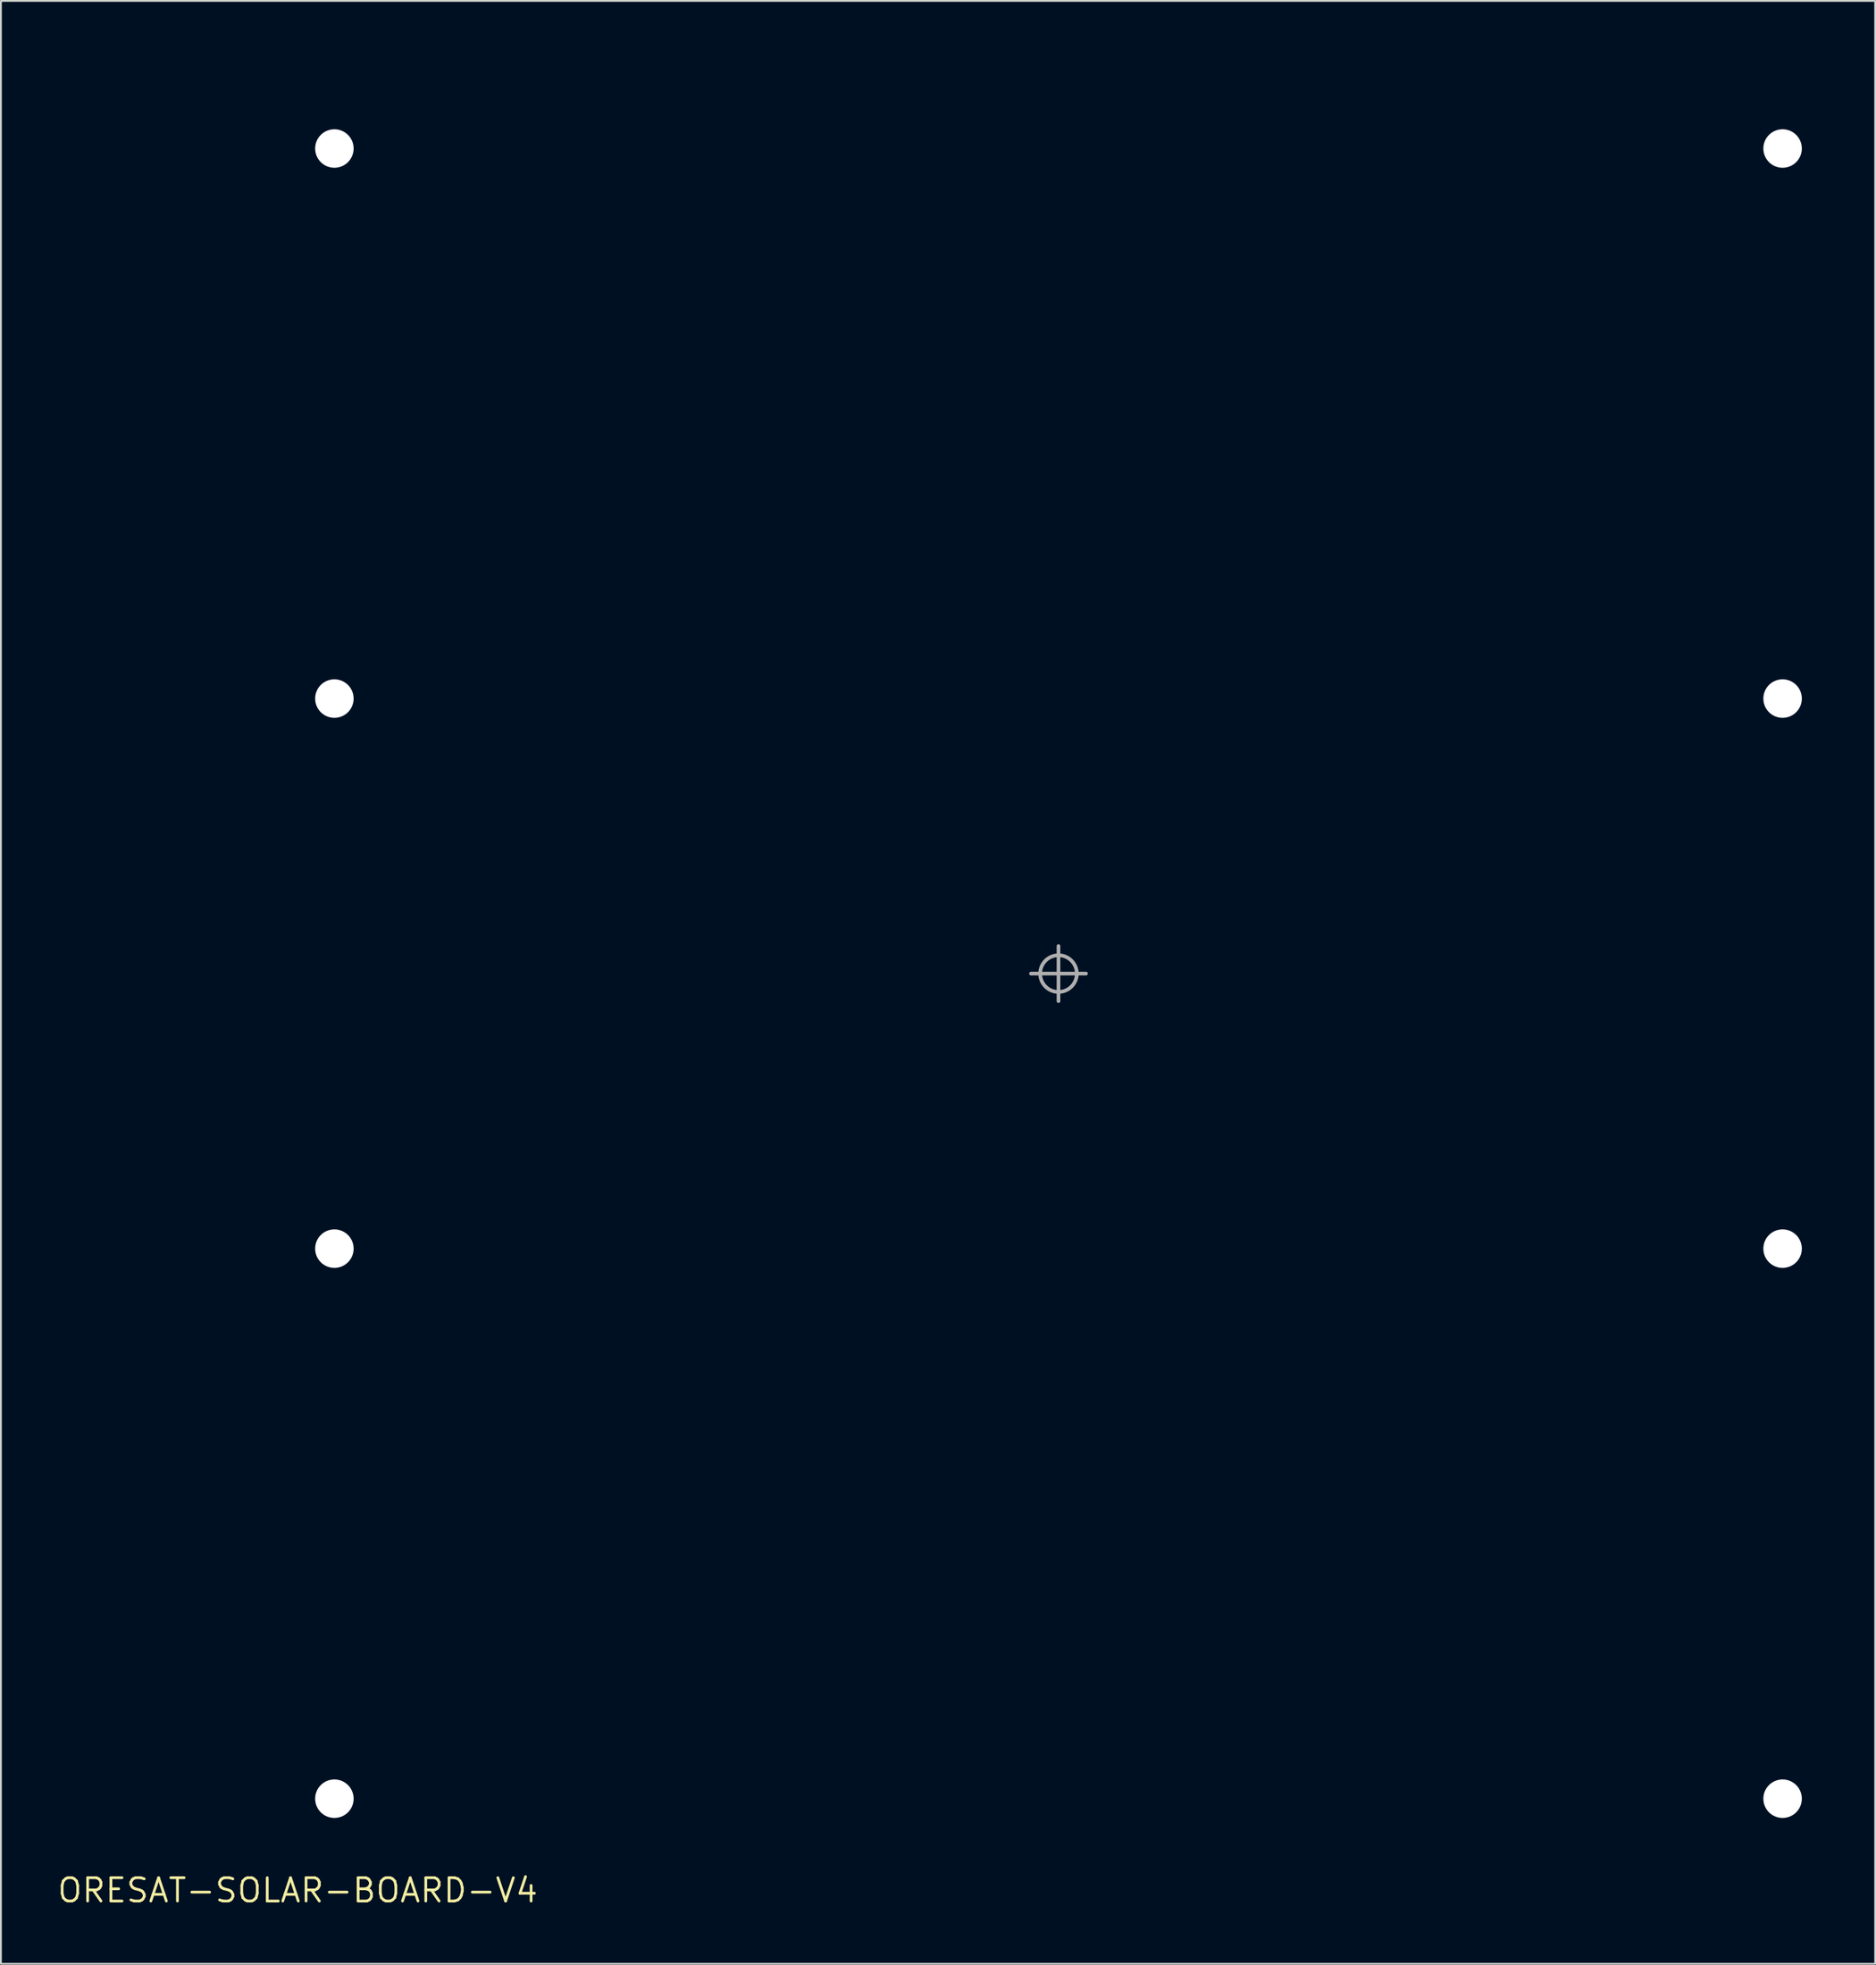
<source format=kicad_pcb>
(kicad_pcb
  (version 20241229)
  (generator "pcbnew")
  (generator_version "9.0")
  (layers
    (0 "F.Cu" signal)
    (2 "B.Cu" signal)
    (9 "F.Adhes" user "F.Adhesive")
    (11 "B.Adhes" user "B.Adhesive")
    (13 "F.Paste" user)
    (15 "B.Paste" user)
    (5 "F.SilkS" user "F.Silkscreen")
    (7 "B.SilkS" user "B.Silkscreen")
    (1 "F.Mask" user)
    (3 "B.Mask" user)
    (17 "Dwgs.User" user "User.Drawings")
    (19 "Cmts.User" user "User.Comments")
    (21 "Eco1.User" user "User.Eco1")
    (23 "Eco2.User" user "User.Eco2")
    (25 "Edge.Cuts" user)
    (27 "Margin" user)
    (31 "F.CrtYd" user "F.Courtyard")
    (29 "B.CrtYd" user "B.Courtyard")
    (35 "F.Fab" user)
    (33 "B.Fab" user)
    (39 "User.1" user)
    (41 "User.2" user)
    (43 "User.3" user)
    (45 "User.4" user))
  (footprint "ORESAT-SOLAR-BOARD-V4"
    (layer "F.Cu")
    (at 13.191 100.05)
    (property "Reference" "ORESAT-SOLAR-BOARD-V4" (at 0 0 0) (layer "F.SilkS") (effects (font (size 1.27 1.27) (thickness 0.15))))
    (fp_rect (start 0 -96) (end 4 -3) (stroke (width 0.1) (type solid)) (fill yes) (layer "F.Mask"))
    (fp_rect (start 79 -96) (end 83 -3) (stroke (width 0.1) (type solid)) (fill yes) (layer "F.Mask"))
    (fp_poly (pts (xy 26.564 -45.937) (xy 23.436 -45.937) (xy 23.436 -54.063) (xy 26.564 -54.063)) (stroke (width 0) (type default)) (fill yes) (layer "F.Mask"))
    (fp_poly (pts (xy 29.564 -67.936) (xy 20.436 -67.936) (xy 20.436 -71.064) (xy 29.564 -71.064)) (stroke (width 0) (type default)) (fill yes) (layer "F.Mask"))
    (fp_poly (pts (xy 29.564 -27.936) (xy 20.436 -27.936) (xy 20.436 -31.064) (xy 29.564 -31.064)) (stroke (width 0) (type default)) (fill yes) (layer "F.Mask"))
    (fp_poly (pts (xy 39.563 -67.936) (xy 33.437 -67.936) (xy 33.437 -71.064) (xy 39.563 -71.064)) (stroke (width 0) (type default)) (fill yes) (layer "F.Mask"))
    (fp_poly (pts (xy 39.563 -27.936) (xy 33.437 -27.936) (xy 33.437 -31.064) (xy 39.563 -31.064)) (stroke (width 0) (type default)) (fill yes) (layer "F.Mask"))
    (fp_poly (pts (xy 49.563 -67.936) (xy 43.437 -67.936) (xy 43.437 -71.064) (xy 49.563 -71.064)) (stroke (width 0) (type default)) (fill yes) (layer "F.Mask"))
    (fp_poly (pts (xy 49.563 -27.936) (xy 43.437 -27.936) (xy 43.437 -31.064) (xy 49.563 -31.064)) (stroke (width 0) (type default)) (fill yes) (layer "F.Mask"))
    (fp_poly (pts (xy 59.563 -45.937) (xy 56.437 -45.937) (xy 56.437 -54.063) (xy 59.563 -54.063)) (stroke (width 0) (type default)) (fill yes) (layer "F.Mask"))
    (fp_poly (pts (xy 62.563 -67.936) (xy 53.437 -67.936) (xy 53.437 -71.064) (xy 62.563 -71.064)) (stroke (width 0) (type default)) (fill yes) (layer "F.Mask"))
    (fp_poly (pts (xy 62.563 -27.936) (xy 53.437 -27.936) (xy 53.437 -31.064) (xy 62.563 -31.064)) (stroke (width 0) (type default)) (fill yes) (layer "F.Mask"))
    (fp_poly (pts (xy 4.002 -5.349) (xy 4 -5.5) (xy 4 -3) (xy 6.5 -3) (xy 6.349 -3.002) (xy 6.049 -3.039) (xy 5.756 -3.111) (xy 5.473 -3.218) (xy 5.205 -3.359) (xy 4.957 -3.53) (xy 4.731 -3.731) (xy 4.53 -3.957) (xy 4.359 -4.205) (xy 4.218 -4.473) (xy 4.111 -4.756) (xy 4.039 -5.049)) (stroke (width 0.1) (type solid)) (fill yes) (layer "F.Mask"))
    (fp_poly (pts (xy 6.349 -95.998) (xy 6.5 -96) (xy 4 -96) (xy 4 -93.5) (xy 4.002 -93.651) (xy 4.039 -93.951) (xy 4.111 -94.244) (xy 4.218 -94.527) (xy 4.359 -94.795) (xy 4.53 -95.043) (xy 4.731 -95.269) (xy 4.957 -95.47) (xy 5.205 -95.641) (xy 5.473 -95.782) (xy 5.756 -95.889) (xy 6.049 -95.961)) (stroke (width 0.1) (type solid)) (fill yes) (layer "F.Mask"))
    (fp_poly (pts (xy 76.651 -3.002) (xy 76.5 -3) (xy 79 -3) (xy 79 -5.5) (xy 78.998 -5.349) (xy 78.961 -5.049) (xy 78.889 -4.756) (xy 78.782 -4.473) (xy 78.641 -4.205) (xy 78.47 -3.957) (xy 78.269 -3.731) (xy 78.043 -3.53) (xy 77.795 -3.359) (xy 77.527 -3.218) (xy 77.244 -3.111) (xy 76.951 -3.039)) (stroke (width 0.1) (type solid)) (fill yes) (layer "F.Mask"))
    (fp_poly (pts (xy 78.998 -93.651) (xy 79 -93.5) (xy 79 -96) (xy 76.5 -96) (xy 76.651 -95.998) (xy 76.951 -95.961) (xy 77.244 -95.889) (xy 77.527 -95.782) (xy 77.795 -95.641) (xy 78.043 -95.47) (xy 78.269 -95.269) (xy 78.47 -95.043) (xy 78.641 -94.795) (xy 78.782 -94.527) (xy 78.889 -94.244) (xy 78.961 -93.951)) (stroke (width 0.1) (type solid)) (fill yes) (layer "F.Mask"))
    (fp_poly (pts (xy 79.064 -73.561) (xy 79.064 -65.441) (xy 78.945 -65.433) (xy 78.853 -66.133) (xy 78.751 -66.432) (xy 78.61 -66.718) (xy 78.433 -66.983) (xy 78.223 -67.223) (xy 77.983 -67.433) (xy 77.718 -67.61) (xy 77.432 -67.751) (xy 77.131 -67.853) (xy 76.818 -67.916) (xy 76.498 -67.936) (xy 65.936 -67.936) (xy 65.936 -71.064) (xy 76.496 -71.064) (xy 77.133 -71.147) (xy 77.432 -71.249) (xy 77.718 -71.39) (xy 77.983 -71.567) (xy 78.223 -71.777) (xy 78.433 -72.017) (xy 78.61 -72.282) (xy 78.751 -72.568) (xy 78.853 -72.869) (xy 78.916 -73.182) (xy 78.941 -73.565)) (stroke (width 0) (type default)) (fill yes) (layer "F.Mask"))
    (fp_poly (pts (xy 79.064 -33.561) (xy 79.064 -25.441) (xy 78.945 -25.433) (xy 78.853 -26.133) (xy 78.751 -26.432) (xy 78.61 -26.718) (xy 78.433 -26.983) (xy 78.223 -27.223) (xy 77.983 -27.433) (xy 77.718 -27.61) (xy 77.432 -27.751) (xy 77.131 -27.853) (xy 76.818 -27.916) (xy 76.498 -27.936) (xy 65.936 -27.936) (xy 65.936 -31.064) (xy 76.496 -31.064) (xy 77.133 -31.147) (xy 77.432 -31.249) (xy 77.718 -31.39) (xy 77.983 -31.567) (xy 78.223 -31.777) (xy 78.433 -32.017) (xy 78.61 -32.282) (xy 78.751 -32.568) (xy 78.853 -32.869) (xy 78.916 -33.182) (xy 78.941 -33.565)) (stroke (width 0) (type default)) (fill yes) (layer "F.Mask"))
    (fp_poly (pts (xy 26.564 -73.502) (xy 26.584 -73.182) (xy 26.647 -72.869) (xy 26.749 -72.568) (xy 26.89 -72.282) (xy 27.067 -72.017) (xy 27.277 -71.777) (xy 27.517 -71.567) (xy 27.782 -71.39) (xy 28.068 -71.249) (xy 28.369 -71.147) (xy 28.682 -71.084) (xy 29.065 -71.059) (xy 29.061 -70.936) (xy 20.941 -70.936) (xy 20.933 -71.055) (xy 21.633 -71.147) (xy 21.932 -71.249) (xy 22.218 -71.39) (xy 22.483 -71.567) (xy 22.723 -71.777) (xy 22.933 -72.017) (xy 23.11 -72.282) (xy 23.251 -72.568) (xy 23.353 -72.869) (xy 23.416 -73.182) (xy 23.436 -73.502) (xy 23.436 -80.064) (xy 26.564 -80.064)) (stroke (width 0) (type default)) (fill yes) (layer "F.Mask"))
    (fp_poly (pts (xy 26.564 -33.502) (xy 26.584 -33.182) (xy 26.647 -32.869) (xy 26.749 -32.568) (xy 26.89 -32.282) (xy 27.067 -32.017) (xy 27.277 -31.777) (xy 27.517 -31.567) (xy 27.782 -31.39) (xy 28.068 -31.249) (xy 28.369 -31.147) (xy 28.682 -31.084) (xy 29.065 -31.059) (xy 29.061 -30.936) (xy 20.941 -30.936) (xy 20.933 -31.055) (xy 21.633 -31.147) (xy 21.932 -31.249) (xy 22.218 -31.39) (xy 22.483 -31.567) (xy 22.723 -31.777) (xy 22.933 -32.017) (xy 23.11 -32.282) (xy 23.251 -32.568) (xy 23.353 -32.869) (xy 23.416 -33.182) (xy 23.436 -33.502) (xy 23.436 -40.063) (xy 26.564 -40.063)) (stroke (width 0) (type default)) (fill yes) (layer "F.Mask"))
    (fp_poly (pts (xy 26.564 -5.502) (xy 26.584 -5.182) (xy 26.647 -4.869) (xy 26.749 -4.568) (xy 26.89 -4.282) (xy 27.067 -4.017) (xy 27.277 -3.777) (xy 27.517 -3.567) (xy 27.782 -3.39) (xy 28.068 -3.249) (xy 28.369 -3.147) (xy 28.682 -3.084) (xy 29.065 -3.059) (xy 29.061 -2.937) (xy 20.941 -2.937) (xy 20.933 -3.055) (xy 21.633 -3.147) (xy 21.932 -3.249) (xy 22.218 -3.39) (xy 22.483 -3.567) (xy 22.723 -3.777) (xy 22.933 -4.017) (xy 23.11 -4.282) (xy 23.251 -4.568) (xy 23.353 -4.869) (xy 23.416 -5.182) (xy 23.436 -5.502) (xy 23.436 -12.063) (xy 26.564 -12.063)) (stroke (width 0) (type default)) (fill yes) (layer "F.Mask"))
    (fp_poly (pts (xy 29.065 -95.941) (xy 28.682 -95.916) (xy 28.369 -95.853) (xy 28.068 -95.751) (xy 27.782 -95.61) (xy 27.517 -95.433) (xy 27.277 -95.223) (xy 27.067 -94.983) (xy 26.89 -94.718) (xy 26.749 -94.432) (xy 26.647 -94.131) (xy 26.584 -93.818) (xy 26.564 -93.498) (xy 26.564 -85.936) (xy 23.436 -85.936) (xy 23.436 -93.496) (xy 23.353 -94.133) (xy 23.251 -94.432) (xy 23.11 -94.718) (xy 22.933 -94.983) (xy 22.723 -95.223) (xy 22.483 -95.433) (xy 22.218 -95.61) (xy 21.932 -95.751) (xy 21.631 -95.853) (xy 21.318 -95.916) (xy 20.935 -95.941) (xy 20.939 -96.064) (xy 29.061 -96.064)) (stroke (width 0) (type default)) (fill yes) (layer "F.Mask"))
    (fp_poly (pts (xy 29.065 -67.941) (xy 28.682 -67.916) (xy 28.369 -67.853) (xy 28.068 -67.751) (xy 27.782 -67.61) (xy 27.517 -67.433) (xy 27.277 -67.223) (xy 27.067 -66.983) (xy 26.89 -66.718) (xy 26.749 -66.432) (xy 26.647 -66.131) (xy 26.584 -65.818) (xy 26.564 -65.498) (xy 26.564 -59.937) (xy 23.436 -59.937) (xy 23.436 -65.496) (xy 23.353 -66.133) (xy 23.251 -66.432) (xy 23.11 -66.718) (xy 22.933 -66.983) (xy 22.723 -67.223) (xy 22.483 -67.433) (xy 22.218 -67.61) (xy 21.932 -67.751) (xy 21.631 -67.853) (xy 21.318 -67.916) (xy 20.935 -67.941) (xy 20.939 -68.064) (xy 29.061 -68.064)) (stroke (width 0) (type default)) (fill yes) (layer "F.Mask"))
    (fp_poly (pts (xy 29.065 -27.941) (xy 28.682 -27.916) (xy 28.369 -27.853) (xy 28.068 -27.751) (xy 27.782 -27.61) (xy 27.517 -27.433) (xy 27.277 -27.223) (xy 27.067 -26.983) (xy 26.89 -26.718) (xy 26.749 -26.432) (xy 26.647 -26.131) (xy 26.584 -25.818) (xy 26.564 -25.498) (xy 26.564 -17.936) (xy 23.436 -17.936) (xy 23.436 -25.496) (xy 23.353 -26.133) (xy 23.251 -26.432) (xy 23.11 -26.718) (xy 22.933 -26.983) (xy 22.723 -27.223) (xy 22.483 -27.433) (xy 22.218 -27.61) (xy 21.932 -27.751) (xy 21.631 -27.853) (xy 21.318 -27.916) (xy 20.935 -27.941) (xy 20.939 -28.064) (xy 29.061 -28.064)) (stroke (width 0) (type default)) (fill yes) (layer "F.Mask"))
    (fp_poly (pts (xy 59.563 -73.502) (xy 59.584 -73.182) (xy 59.647 -72.869) (xy 59.749 -72.568) (xy 59.89 -72.282) (xy 60.067 -72.017) (xy 60.277 -71.777) (xy 60.517 -71.567) (xy 60.782 -71.39) (xy 61.068 -71.249) (xy 61.369 -71.147) (xy 61.682 -71.084) (xy 62.065 -71.059) (xy 62.061 -70.936) (xy 53.941 -70.936) (xy 53.933 -71.055) (xy 54.633 -71.147) (xy 54.932 -71.249) (xy 55.218 -71.39) (xy 55.483 -71.567) (xy 55.723 -71.777) (xy 55.933 -72.017) (xy 56.11 -72.282) (xy 56.251 -72.568) (xy 56.353 -72.869) (xy 56.416 -73.182) (xy 56.437 -73.502) (xy 56.437 -80.064) (xy 59.563 -80.064)) (stroke (width 0) (type default)) (fill yes) (layer "F.Mask"))
    (fp_poly (pts (xy 59.563 -33.502) (xy 59.584 -33.182) (xy 59.647 -32.869) (xy 59.749 -32.568) (xy 59.89 -32.282) (xy 60.067 -32.017) (xy 60.277 -31.777) (xy 60.517 -31.567) (xy 60.782 -31.39) (xy 61.068 -31.249) (xy 61.369 -31.147) (xy 61.682 -31.084) (xy 62.065 -31.059) (xy 62.061 -30.936) (xy 53.941 -30.936) (xy 53.933 -31.055) (xy 54.633 -31.147) (xy 54.932 -31.249) (xy 55.218 -31.39) (xy 55.483 -31.567) (xy 55.723 -31.777) (xy 55.933 -32.017) (xy 56.11 -32.282) (xy 56.251 -32.568) (xy 56.353 -32.869) (xy 56.416 -33.182) (xy 56.437 -33.502) (xy 56.437 -40.063) (xy 59.563 -40.063)) (stroke (width 0) (type default)) (fill yes) (layer "F.Mask"))
    (fp_poly (pts (xy 59.563 -5.502) (xy 59.584 -5.182) (xy 59.647 -4.869) (xy 59.749 -4.568) (xy 59.89 -4.282) (xy 60.067 -4.017) (xy 60.277 -3.777) (xy 60.517 -3.567) (xy 60.782 -3.39) (xy 61.068 -3.249) (xy 61.369 -3.147) (xy 61.682 -3.084) (xy 62.065 -3.059) (xy 62.061 -2.937) (xy 53.941 -2.937) (xy 53.933 -3.055) (xy 54.633 -3.147) (xy 54.932 -3.249) (xy 55.218 -3.39) (xy 55.483 -3.567) (xy 55.723 -3.777) (xy 55.933 -4.017) (xy 56.11 -4.282) (xy 56.251 -4.568) (xy 56.353 -4.869) (xy 56.416 -5.182) (xy 56.437 -5.502) (xy 56.437 -12.063) (xy 59.563 -12.063)) (stroke (width 0) (type default)) (fill yes) (layer "F.Mask"))
    (fp_poly (pts (xy 62.065 -95.941) (xy 61.682 -95.916) (xy 61.369 -95.853) (xy 61.068 -95.751) (xy 60.782 -95.61) (xy 60.517 -95.433) (xy 60.277 -95.223) (xy 60.067 -94.983) (xy 59.89 -94.718) (xy 59.749 -94.432) (xy 59.647 -94.131) (xy 59.584 -93.818) (xy 59.563 -93.498) (xy 59.563 -85.936) (xy 56.437 -85.936) (xy 56.437 -93.496) (xy 56.353 -94.133) (xy 56.251 -94.432) (xy 56.11 -94.718) (xy 55.933 -94.983) (xy 55.723 -95.223) (xy 55.483 -95.433) (xy 55.218 -95.61) (xy 54.932 -95.751) (xy 54.631 -95.853) (xy 54.318 -95.916) (xy 53.935 -95.941) (xy 53.939 -96.064) (xy 62.061 -96.064)) (stroke (width 0) (type default)) (fill yes) (layer "F.Mask"))
    (fp_poly (pts (xy 62.065 -67.941) (xy 61.682 -67.916) (xy 61.369 -67.853) (xy 61.068 -67.751) (xy 60.782 -67.61) (xy 60.517 -67.433) (xy 60.277 -67.223) (xy 60.067 -66.983) (xy 59.89 -66.718) (xy 59.749 -66.432) (xy 59.647 -66.131) (xy 59.584 -65.818) (xy 59.563 -65.498) (xy 59.563 -59.937) (xy 56.437 -59.937) (xy 56.437 -65.496) (xy 56.353 -66.133) (xy 56.251 -66.432) (xy 56.11 -66.718) (xy 55.933 -66.983) (xy 55.723 -67.223) (xy 55.483 -67.433) (xy 55.218 -67.61) (xy 54.932 -67.751) (xy 54.631 -67.853) (xy 54.318 -67.916) (xy 53.935 -67.941) (xy 53.939 -68.064) (xy 62.061 -68.064)) (stroke (width 0) (type default)) (fill yes) (layer "F.Mask"))
    (fp_poly (pts (xy 62.065 -27.941) (xy 61.682 -27.916) (xy 61.369 -27.853) (xy 61.068 -27.751) (xy 60.782 -27.61) (xy 60.517 -27.433) (xy 60.277 -27.223) (xy 60.067 -26.983) (xy 59.89 -26.718) (xy 59.749 -26.432) (xy 59.647 -26.131) (xy 59.584 -25.818) (xy 59.563 -25.498) (xy 59.563 -17.936) (xy 56.437 -17.936) (xy 56.437 -25.496) (xy 56.353 -26.133) (xy 56.251 -26.432) (xy 56.11 -26.718) (xy 55.933 -26.983) (xy 55.723 -27.223) (xy 55.483 -27.433) (xy 55.218 -27.61) (xy 54.932 -27.751) (xy 54.631 -27.853) (xy 54.318 -27.916) (xy 53.935 -27.941) (xy 53.939 -28.064) (xy 62.061 -28.064)) (stroke (width 0) (type default)) (fill yes) (layer "F.Mask"))
    (fp_poly (pts (xy 4.084 -33.182) (xy 4.147 -32.869) (xy 4.249 -32.568) (xy 4.39 -32.282) (xy 4.567 -32.017) (xy 4.777 -31.777) (xy 5.017 -31.567) (xy 5.282 -31.39) (xy 5.568 -31.249) (xy 5.869 -31.147) (xy 6.182 -31.084) (xy 6.502 -31.064) (xy 16.064 -31.064) (xy 16.064 -27.936) (xy 6.502 -27.936) (xy 6.182 -27.916) (xy 5.869 -27.853) (xy 5.568 -27.751) (xy 5.282 -27.61) (xy 5.017 -27.433) (xy 4.777 -27.223) (xy 4.567 -26.983) (xy 4.39 -26.718) (xy 4.249 -26.432) (xy 4.147 -26.131) (xy 4.084 -25.818) (xy 4.059 -25.435) (xy 3.937 -25.439) (xy 3.937 -33.561) (xy 4.059 -33.565)) (stroke (width 0) (type default)) (fill yes) (layer "F.Mask"))
    (fp_poly (pts (xy 4.102 -72.907) (xy 4.179 -72.617) (xy 4.293 -72.34) (xy 4.443 -72.08) (xy 4.625 -71.842) (xy 4.836 -71.63) (xy 5.074 -71.447) (xy 5.333 -71.297) (xy 5.61 -71.182) (xy 5.899 -71.104) (xy 6.196 -71.064) (xy 6.5 -71.064) (xy 16.064 -71.064) (xy 16.064 -67.936) (xy 6.502 -67.936) (xy 6.182 -67.916) (xy 5.869 -67.853) (xy 5.568 -67.751) (xy 5.282 -67.61) (xy 5.017 -67.433) (xy 4.777 -67.223) (xy 4.567 -66.983) (xy 4.39 -66.718) (xy 4.249 -66.432) (xy 4.147 -66.131) (xy 4.084 -65.818) (xy 4.059 -65.435) (xy 3.937 -65.439) (xy 3.937 -73.26) (xy 4.055 -73.267)) (stroke (width 0) (type default)) (fill yes) (layer "F.Mask"))
    (fp_poly (pts (xy 0 -2.5) (xy 0.002 -2.349) (xy 0.039 -2.049) (xy 0.111 -1.756) (xy 0.218 -1.473) (xy 0.359 -1.205) (xy 0.53 -0.957) (xy 0.731 -0.731) (xy 0.957 -0.53) (xy 1.205 -0.359) (xy 1.473 -0.218) (xy 1.756 -0.111) (xy 2.049 -0.039) (xy 2.349 -0.002) (xy 2.5 0) (xy 80.5 0) (xy 80.651 -0.002) (xy 80.951 -0.039) (xy 81.244 -0.111) (xy 81.527 -0.218) (xy 81.795 -0.359) (xy 82.043 -0.53) (xy 82.269 -0.731) (xy 82.47 -0.957) (xy 82.641 -1.205) (xy 82.782 -1.473) (xy 82.889 -1.756) (xy 82.961 -2.049) (xy 82.998 -2.349) (xy 83 -2.5) (xy 83 -3) (xy 0 -3)) (stroke (width 0.1) (type solid)) (fill yes) (layer "F.Mask"))
    (fp_poly (pts (arc (start 83 -97.5) (mid 82.267767 -99.267767) (end 80.5 -100)) (arc (start 2.5 -100) (mid 0.732233 -99.267767) (end 0 -97.5)) (xy 0 -96) (xy 83 -96)) (stroke (width 0.1) (type solid)) (fill yes) (layer "F.Mask"))
    (fp_circle (center 2 -95) (end 3 -95) (stroke (width 2) (type solid)) (fill yes) (layer "B.Mask"))
    (fp_circle (center 2 -65) (end 3 -65) (stroke (width 2) (type solid)) (fill yes) (layer "B.Mask"))
    (fp_circle (center 2 -35) (end 3 -35) (stroke (width 2) (type solid)) (fill yes) (layer "B.Mask"))
    (fp_circle (center 2 -5) (end 3 -5) (stroke (width 2) (type solid)) (fill yes) (layer "B.Mask"))
    (fp_circle (center 81 -95) (end 82 -95) (stroke (width 2) (type solid)) (fill yes) (layer "B.Mask"))
    (fp_circle (center 81 -65) (end 82 -65) (stroke (width 2) (type solid)) (fill yes) (layer "B.Mask"))
    (fp_circle (center 81 -35) (end 82 -35) (stroke (width 2) (type solid)) (fill yes) (layer "B.Mask"))
    (fp_circle (center 81 -5) (end 82 -5) (stroke (width 2) (type solid)) (fill yes) (layer "B.Mask"))
    (fp_line (start 0 -2.5) (end 0 -97.5) (stroke (width 0.001) (type solid)) (layer "Dwgs.User"))
    (fp_line (start 2.5 -100) (end 80.5 -100) (stroke (width 0.001) (type solid)) (layer "Dwgs.User"))
    (fp_line (start 4 -73.5) (end 4 -93.5) (stroke (width 0.001) (type solid)) (layer "Dwgs.User"))
    (fp_line (start 4 -56) (end 4 -65.5) (stroke (width 0.001) (type solid)) (layer "Dwgs.User"))
    (fp_line (start 4 -44) (end 4 -56) (stroke (width 0.001) (type solid)) (layer "Dwgs.User"))
    (fp_line (start 4 -33.5) (end 4 -44) (stroke (width 0.001) (type solid)) (layer "Dwgs.User"))
    (fp_line (start 4 -5.5) (end 4 -25.5) (stroke (width 0.001) (type solid)) (layer "Dwgs.User"))
    (fp_line (start 6 -58) (end 12 -58) (stroke (width 0.001) (type solid)) (layer "Dwgs.User"))
    (fp_line (start 6.5 -96) (end 21 -96) (stroke (width 0.001) (type solid)) (layer "Dwgs.User"))
    (fp_line (start 6.5 -68) (end 21 -68) (stroke (width 0.001) (type solid)) (layer "Dwgs.User"))
    (fp_line (start 6.5 -28) (end 21 -28) (stroke (width 0.001) (type solid)) (layer "Dwgs.User"))
    (fp_line (start 12 -42) (end 6 -42) (stroke (width 0.001) (type solid)) (layer "Dwgs.User"))
    (fp_line (start 14 -56) (end 14 -44) (stroke (width 0.001) (type solid)) (layer "Dwgs.User"))
    (fp_line (start 21 -71) (end 6.5 -71) (stroke (width 0.001) (type solid)) (layer "Dwgs.User"))
    (fp_line (start 21 -31) (end 6.5 -31) (stroke (width 0.001) (type solid)) (layer "Dwgs.User"))
    (fp_line (start 21 -3) (end 6.5 -3) (stroke (width 0.001) (type solid)) (layer "Dwgs.User"))
    (fp_line (start 23.5 -93.5) (end 23.5 -73.5) (stroke (width 0.001) (type solid)) (layer "Dwgs.User"))
    (fp_line (start 23.5 -65.5) (end 23.5 -33.5) (stroke (width 0.001) (type solid)) (layer "Dwgs.User"))
    (fp_line (start 23.5 -25.5) (end 23.5 -5.5) (stroke (width 0.001) (type solid)) (layer "Dwgs.User"))
    (fp_line (start 26.5 -73.5) (end 26.5 -93.5) (stroke (width 0.001) (type solid)) (layer "Dwgs.User"))
    (fp_line (start 26.5 -33.5) (end 26.5 -65.5) (stroke (width 0.001) (type solid)) (layer "Dwgs.User"))
    (fp_line (start 26.5 -5.5) (end 26.5 -25.5) (stroke (width 0.001) (type solid)) (layer "Dwgs.User"))
    (fp_line (start 29 -96) (end 54 -96) (stroke (width 0.001) (type solid)) (layer "Dwgs.User"))
    (fp_line (start 29 -68) (end 54 -68) (stroke (width 0.001) (type solid)) (layer "Dwgs.User"))
    (fp_line (start 29 -28) (end 54 -28) (stroke (width 0.001) (type solid)) (layer "Dwgs.User"))
    (fp_line (start 34 -92.5) (end 34 -91.5) (stroke (width 0.001) (type solid)) (layer "Dwgs.User"))
    (fp_line (start 34.5 -90) (end 48.5 -90) (stroke (width 0.001) (type solid)) (layer "Dwgs.User"))
    (fp_line (start 36.5 -95) (end 46.5 -95) (stroke (width 0.001) (type solid)) (layer "Dwgs.User"))
    (fp_line (start 36.5 -89) (end 46.5 -89) (stroke (width 0.001) (type solid)) (layer "Dwgs.User"))
    (fp_line (start 49 -91.5) (end 49 -92.5) (stroke (width 0.001) (type solid)) (layer "Dwgs.User"))
    (fp_line (start 54 -71) (end 29 -71) (stroke (width 0.001) (type solid)) (layer "Dwgs.User"))
    (fp_line (start 54 -31) (end 29 -31) (stroke (width 0.001) (type solid)) (layer "Dwgs.User"))
    (fp_line (start 54 -3) (end 29 -3) (stroke (width 0.001) (type solid)) (layer "Dwgs.User"))
    (fp_line (start 56.5 -93.5) (end 56.5 -73.5) (stroke (width 0.001) (type solid)) (layer "Dwgs.User"))
    (fp_line (start 56.5 -65.5) (end 56.5 -33.5) (stroke (width 0.001) (type solid)) (layer "Dwgs.User"))
    (fp_line (start 56.5 -25.5) (end 56.5 -5.5) (stroke (width 0.001) (type solid)) (layer "Dwgs.User"))
    (fp_line (start 59.5 -73.5) (end 59.5 -93.5) (stroke (width 0.001) (type solid)) (layer "Dwgs.User"))
    (fp_line (start 59.5 -33.5) (end 59.5 -65.5) (stroke (width 0.001) (type solid)) (layer "Dwgs.User"))
    (fp_line (start 59.5 -5.5) (end 59.5 -25.5) (stroke (width 0.001) (type solid)) (layer "Dwgs.User"))
    (fp_line (start 62 -96) (end 76.5 -96) (stroke (width 0.001) (type solid)) (layer "Dwgs.User"))
    (fp_line (start 62 -68) (end 76.5 -68) (stroke (width 0.001) (type solid)) (layer "Dwgs.User"))
    (fp_line (start 62 -28) (end 76.5 -28) (stroke (width 0.001) (type solid)) (layer "Dwgs.User"))
    (fp_line (start 69 -44) (end 69 -56) (stroke (width 0.001) (type solid)) (layer "Dwgs.User"))
    (fp_line (start 71 -58) (end 77 -58) (stroke (width 0.001) (type solid)) (layer "Dwgs.User"))
    (fp_line (start 76.5 -71) (end 62 -71) (stroke (width 0.001) (type solid)) (layer "Dwgs.User"))
    (fp_line (start 76.5 -31) (end 62 -31) (stroke (width 0.001) (type solid)) (layer "Dwgs.User"))
    (fp_line (start 76.5 -3) (end 62 -3) (stroke (width 0.001) (type solid)) (layer "Dwgs.User"))
    (fp_line (start 77 -42) (end 71 -42) (stroke (width 0.001) (type solid)) (layer "Dwgs.User"))
    (fp_line (start 79 -93.5) (end 79 -73.5) (stroke (width 0.001) (type solid)) (layer "Dwgs.User"))
    (fp_line (start 79 -65.5) (end 79 -56) (stroke (width 0.001) (type solid)) (layer "Dwgs.User"))
    (fp_line (start 79 -56) (end 79 -44) (stroke (width 0.001) (type solid)) (layer "Dwgs.User"))
    (fp_line (start 79 -44) (end 79 -33.5) (stroke (width 0.001) (type solid)) (layer "Dwgs.User"))
    (fp_line (start 79 -25.5) (end 79 -5.5) (stroke (width 0.001) (type solid)) (layer "Dwgs.User"))
    (fp_line (start 80.5 0) (end 2.5 0) (stroke (width 0.001) (type solid)) (layer "Dwgs.User"))
    (fp_line (start 83 -97.5) (end 83 -2.5) (stroke (width 0.001) (type solid)) (layer "Dwgs.User"))
    (fp_arc (start 0 -97.5) (mid 0.732233 -99.267767) (end 2.5 -100) (stroke (width 0.001) (type default)) (layer "Dwgs.User"))
    (fp_arc (start 2.5 0) (mid 0.732233 -0.732233) (end 0 -2.5) (stroke (width 0.001) (type default)) (layer "Dwgs.User"))
    (fp_arc (start 4 -93.5) (mid 4.732233 -95.267767) (end 6.5 -96) (stroke (width 0.001) (type solid)) (layer "Dwgs.User"))
    (fp_arc (start 4 -65.5) (mid 4.732233 -67.267767) (end 6.5 -68) (stroke (width 0.001) (type solid)) (layer "Dwgs.User"))
    (fp_arc (start 4 -56) (mid 4.585786 -57.414214) (end 6 -58) (stroke (width 0.001) (type solid)) (layer "Dwgs.User"))
    (fp_arc (start 4 -25.5) (mid 4.732233 -27.267767) (end 6.5 -28) (stroke (width 0.001) (type solid)) (layer "Dwgs.User"))
    (fp_arc (start 6 -42) (mid 4.585786 -42.585786) (end 4 -44) (stroke (width 0.001) (type solid)) (layer "Dwgs.User"))
    (fp_arc (start 6.5 -71) (mid 4.732233 -71.732233) (end 4 -73.5) (stroke (width 0.001) (type solid)) (layer "Dwgs.User"))
    (fp_arc (start 6.5 -31) (mid 4.732233 -31.732233) (end 4 -33.5) (stroke (width 0.001) (type solid)) (layer "Dwgs.User"))
    (fp_arc (start 6.5 -3) (mid 4.732233 -3.732233) (end 4 -5.5) (stroke (width 0.001) (type solid)) (layer "Dwgs.User"))
    (fp_arc (start 12 -58) (mid 13.414214 -57.414214) (end 14 -56) (stroke (width 0.001) (type solid)) (layer "Dwgs.User"))
    (fp_arc (start 14 -44) (mid 13.414214 -42.585786) (end 12 -42) (stroke (width 0.001) (type solid)) (layer "Dwgs.User"))
    (fp_arc (start 21 -96) (mid 22.767767 -95.267767) (end 23.5 -93.5) (stroke (width 0.001) (type solid)) (layer "Dwgs.User"))
    (fp_arc (start 21 -68) (mid 22.767767 -67.267767) (end 23.5 -65.5) (stroke (width 0.001) (type solid)) (layer "Dwgs.User"))
    (fp_arc (start 21 -28) (mid 22.767767 -27.267767) (end 23.5 -25.5) (stroke (width 0.001) (type solid)) (layer "Dwgs.User"))
    (fp_arc (start 23.5 -73.5) (mid 22.767767 -71.732233) (end 21 -71) (stroke (width 0.001) (type solid)) (layer "Dwgs.User"))
    (fp_arc (start 23.5 -33.5) (mid 22.767767 -31.732233) (end 21 -31) (stroke (width 0.001) (type solid)) (layer "Dwgs.User"))
    (fp_arc (start 23.5 -5.5) (mid 22.767767 -3.732233) (end 21 -3) (stroke (width 0.001) (type solid)) (layer "Dwgs.User"))
    (fp_arc (start 26.5 -93.5) (mid 27.232233 -95.267767) (end 29 -96) (stroke (width 0.001) (type solid)) (layer "Dwgs.User"))
    (fp_arc (start 26.5 -65.5) (mid 27.232233 -67.267767) (end 29 -68) (stroke (width 0.001) (type solid)) (layer "Dwgs.User"))
    (fp_arc (start 26.5 -25.5) (mid 27.232233 -27.267767) (end 29 -28) (stroke (width 0.001) (type solid)) (layer "Dwgs.User"))
    (fp_arc (start 29 -71) (mid 27.232233 -71.732233) (end 26.5 -73.5) (stroke (width 0.001) (type solid)) (layer "Dwgs.User"))
    (fp_arc (start 29 -31) (mid 27.232233 -31.732233) (end 26.5 -33.5) (stroke (width 0.001) (type solid)) (layer "Dwgs.User"))
    (fp_arc (start 29 -3) (mid 27.232233 -3.732233) (end 26.5 -5.5) (stroke (width 0.001) (type solid)) (layer "Dwgs.User"))
    (fp_arc (start 34 -92.5) (mid 34.732233 -94.267767) (end 36.5 -95) (stroke (width 0.001) (type solid)) (layer "Dwgs.User"))
    (fp_arc (start 34.499999 -90) (mid 34.128291 -90.709431) (end 34 -91.5) (stroke (width 0.001) (type solid)) (layer "Dwgs.User"))
    (fp_arc (start 34.499999 -90) (mid 34.128291 -90.709431) (end 34 -91.5) (stroke (width 0.001) (type solid)) (layer "Dwgs.User"))
    (fp_arc (start 36.5 -89) (mid 35.381966 -89.263932) (end 34.5 -90) (stroke (width 0.001) (type solid)) (layer "Dwgs.User"))
    (fp_arc (start 46.5 -95) (mid 48.267767 -94.267767) (end 49 -92.5) (stroke (width 0.001) (type solid)) (layer "Dwgs.User"))
    (fp_arc (start 48.5 -90.000001) (mid 47.618034 -89.263932) (end 46.5 -89) (stroke (width 0.001) (type solid)) (layer "Dwgs.User"))
    (fp_arc (start 48.999999 -91.5) (mid 48.871708 -90.709431) (end 48.5 -90) (stroke (width 0.001) (type solid)) (layer "Dwgs.User"))
    (fp_arc (start 54 -96) (mid 55.767767 -95.267767) (end 56.5 -93.5) (stroke (width 0.001) (type solid)) (layer "Dwgs.User"))
    (fp_arc (start 54 -68) (mid 55.767767 -67.267767) (end 56.5 -65.5) (stroke (width 0.001) (type solid)) (layer "Dwgs.User"))
    (fp_arc (start 54 -28) (mid 55.767767 -27.267767) (end 56.5 -25.5) (stroke (width 0.001) (type solid)) (layer "Dwgs.User"))
    (fp_arc (start 56.5 -73.5) (mid 55.767767 -71.732233) (end 54 -71) (stroke (width 0.001) (type solid)) (layer "Dwgs.User"))
    (fp_arc (start 56.5 -33.5) (mid 55.767767 -31.732233) (end 54 -31) (stroke (width 0.001) (type solid)) (layer "Dwgs.User"))
    (fp_arc (start 56.5 -5.5) (mid 55.767767 -3.732233) (end 54 -3) (stroke (width 0.001) (type solid)) (layer "Dwgs.User"))
    (fp_arc (start 59.5 -93.5) (mid 60.232233 -95.267767) (end 62 -96) (stroke (width 0.001) (type solid)) (layer "Dwgs.User"))
    (fp_arc (start 59.5 -65.5) (mid 60.232233 -67.267767) (end 62 -68) (stroke (width 0.001) (type solid)) (layer "Dwgs.User"))
    (fp_arc (start 59.5 -25.5) (mid 60.232233 -27.267767) (end 62 -28) (stroke (width 0.001) (type solid)) (layer "Dwgs.User"))
    (fp_arc (start 62 -71) (mid 60.232233 -71.732233) (end 59.5 -73.5) (stroke (width 0.001) (type solid)) (layer "Dwgs.User"))
    (fp_arc (start 62 -31) (mid 60.232233 -31.732233) (end 59.5 -33.5) (stroke (width 0.001) (type solid)) (layer "Dwgs.User"))
    (fp_arc (start 62 -3) (mid 60.232233 -3.732233) (end 59.5 -5.5) (stroke (width 0.001) (type solid)) (layer "Dwgs.User"))
    (fp_arc (start 69 -56) (mid 69.585786 -57.414214) (end 71 -58) (stroke (width 0.001) (type solid)) (layer "Dwgs.User"))
    (fp_arc (start 71 -42) (mid 69.585786 -42.585786) (end 69 -44) (stroke (width 0.001) (type solid)) (layer "Dwgs.User"))
    (fp_arc (start 76.5 -96) (mid 78.267767 -95.267767) (end 79 -93.5) (stroke (width 0.001) (type solid)) (layer "Dwgs.User"))
    (fp_arc (start 76.5 -68) (mid 78.267767 -67.267767) (end 79 -65.5) (stroke (width 0.001) (type solid)) (layer "Dwgs.User"))
    (fp_arc (start 76.5 -28) (mid 78.267767 -27.267767) (end 79 -25.5) (stroke (width 0.001) (type solid)) (layer "Dwgs.User"))
    (fp_arc (start 77 -58) (mid 78.414214 -57.414214) (end 79 -56) (stroke (width 0.001) (type solid)) (layer "Dwgs.User"))
    (fp_arc (start 79 -73.5) (mid 78.267767 -71.732233) (end 76.5 -71) (stroke (width 0.001) (type solid)) (layer "Dwgs.User"))
    (fp_arc (start 79 -44) (mid 78.414214 -42.585786) (end 77 -42) (stroke (width 0.001) (type solid)) (layer "Dwgs.User"))
    (fp_arc (start 79 -33.5) (mid 78.267767 -31.732233) (end 76.5 -31) (stroke (width 0.001) (type solid)) (layer "Dwgs.User"))
    (fp_arc (start 79 -5.5) (mid 78.267767 -3.732233) (end 76.5 -3) (stroke (width 0.001) (type solid)) (layer "Dwgs.User"))
    (fp_arc (start 80.5 -100) (mid 82.267767 -99.267767) (end 83 -97.5) (stroke (width 0.001) (type default)) (layer "Dwgs.User"))
    (fp_arc (start 83 -2.5) (mid 82.267767 -0.732233) (end 80.5 0) (stroke (width 0.001) (type default)) (layer "Dwgs.User"))
    (fp_circle (center 2 -95) (end 2.8 -95) (stroke (width 0.001) (type solid)) (fill no) (layer "Dwgs.User"))
    (fp_circle (center 2 -95) (end 3.05 -95) (stroke (width 0.001) (type solid)) (fill no) (layer "Dwgs.User"))
    (fp_circle (center 2 -65) (end 2.8 -65) (stroke (width 0.001) (type solid)) (fill no) (layer "Dwgs.User"))
    (fp_circle (center 2 -65) (end 3.05 -65) (stroke (width 0.001) (type solid)) (fill no) (layer "Dwgs.User"))
    (fp_circle (center 2 -35) (end 2.8 -35) (stroke (width 0.001) (type solid)) (fill no) (layer "Dwgs.User"))
    (fp_circle (center 2 -35) (end 3.05 -35) (stroke (width 0.001) (type solid)) (fill no) (layer "Dwgs.User"))
    (fp_circle (center 2 -5) (end 2.8 -5) (stroke (width 0.001) (type solid)) (fill no) (layer "Dwgs.User"))
    (fp_circle (center 2 -5) (end 3.05 -5) (stroke (width 0.001) (type solid)) (fill no) (layer "Dwgs.User"))
    (fp_circle (center 11.487 -94.468) (end 12.687 -94.468) (stroke (width 0.001) (type solid)) (fill no) (layer "Dwgs.User"))
    (fp_circle (center 11.487 -93.468) (end 12.687 -93.468) (stroke (width 0.001) (type solid)) (fill no) (layer "Dwgs.User"))
    (fp_circle (center 14.413 -54.868) (end 15.613 -54.868) (stroke (width 0.001) (type solid)) (fill no) (layer "Dwgs.User"))
    (fp_circle (center 14.413 -53.868) (end 15.613 -53.868) (stroke (width 0.001) (type solid)) (fill no) (layer "Dwgs.User"))
    (fp_circle (center 14.413 -44.868) (end 15.613 -44.868) (stroke (width 0.001) (type solid)) (fill no) (layer "Dwgs.User"))
    (fp_circle (center 14.413 -43.868) (end 15.613 -43.868) (stroke (width 0.001) (type solid)) (fill no) (layer "Dwgs.User"))
    (fp_circle (center 18.237 -84.868) (end 19.437 -84.868) (stroke (width 0.001) (type solid)) (fill no) (layer "Dwgs.User"))
    (fp_circle (center 18.237 -83.868) (end 19.437 -83.868) (stroke (width 0.001) (type solid)) (fill no) (layer "Dwgs.User"))
    (fp_circle (center 18.237 -74.868) (end 19.437 -74.868) (stroke (width 0.001) (type solid)) (fill no) (layer "Dwgs.User"))
    (fp_circle (center 18.237 -73.868) (end 19.437 -73.868) (stroke (width 0.001) (type solid)) (fill no) (layer "Dwgs.User"))
    (fp_circle (center 18.237 -64.868) (end 19.437 -64.868) (stroke (width 0.001) (type solid)) (fill no) (layer "Dwgs.User"))
    (fp_circle (center 18.237 -63.868) (end 19.437 -63.868) (stroke (width 0.001) (type solid)) (fill no) (layer "Dwgs.User"))
    (fp_circle (center 18.237 -54.868) (end 19.437 -54.868) (stroke (width 0.001) (type solid)) (fill no) (layer "Dwgs.User"))
    (fp_circle (center 18.237 -53.868) (end 19.437 -53.868) (stroke (width 0.001) (type solid)) (fill no) (layer "Dwgs.User"))
    (fp_circle (center 18.237 -44.868) (end 19.437 -44.868) (stroke (width 0.001) (type solid)) (fill no) (layer "Dwgs.User"))
    (fp_circle (center 18.237 -43.868) (end 19.437 -43.868) (stroke (width 0.001) (type solid)) (fill no) (layer "Dwgs.User"))
    (fp_circle (center 18.237 -34.868) (end 19.437 -34.868) (stroke (width 0.001) (type solid)) (fill no) (layer "Dwgs.User"))
    (fp_circle (center 18.237 -33.868) (end 19.437 -33.868) (stroke (width 0.001) (type solid)) (fill no) (layer "Dwgs.User"))
    (fp_circle (center 18.237 -24.868) (end 19.437 -24.868) (stroke (width 0.001) (type solid)) (fill no) (layer "Dwgs.User"))
    (fp_circle (center 18.237 -23.868) (end 19.437 -23.868) (stroke (width 0.001) (type solid)) (fill no) (layer "Dwgs.User"))
    (fp_circle (center 18.237 -14.868) (end 19.437 -14.868) (stroke (width 0.001) (type solid)) (fill no) (layer "Dwgs.User"))
    (fp_circle (center 18.237 -13.868) (end 19.437 -13.868) (stroke (width 0.001) (type solid)) (fill no) (layer "Dwgs.User"))
    (fp_circle (center 21.387 -54.868) (end 22.587 -54.868) (stroke (width 0.001) (type solid)) (fill no) (layer "Dwgs.User"))
    (fp_circle (center 21.387 -53.868) (end 22.587 -53.868) (stroke (width 0.001) (type solid)) (fill no) (layer "Dwgs.User"))
    (fp_circle (center 21.387 -44.868) (end 22.587 -44.868) (stroke (width 0.001) (type solid)) (fill no) (layer "Dwgs.User"))
    (fp_circle (center 21.387 -43.868) (end 22.587 -43.868) (stroke (width 0.001) (type solid)) (fill no) (layer "Dwgs.User"))
    (fp_circle (center 28.487 -94.468) (end 29.687 -94.468) (stroke (width 0.001) (type solid)) (fill no) (layer "Dwgs.User"))
    (fp_circle (center 28.487 -93.468) (end 29.687 -93.468) (stroke (width 0.001) (type solid)) (fill no) (layer "Dwgs.User"))
    (fp_circle (center 31.413 -54.868) (end 32.613 -54.868) (stroke (width 0.001) (type solid)) (fill no) (layer "Dwgs.User"))
    (fp_circle (center 31.413 -53.868) (end 32.613 -53.868) (stroke (width 0.001) (type solid)) (fill no) (layer "Dwgs.User"))
    (fp_circle (center 31.413 -44.868) (end 32.613 -44.868) (stroke (width 0.001) (type solid)) (fill no) (layer "Dwgs.User"))
    (fp_circle (center 31.413 -43.868) (end 32.613 -43.868) (stroke (width 0.001) (type solid)) (fill no) (layer "Dwgs.User"))
    (fp_circle (center 36.115 -92.1) (end 36.915 -92.1) (stroke (width 0.001) (type solid)) (fill no) (layer "Dwgs.User"))
    (fp_circle (center 38.387 -54.868) (end 39.587 -54.868) (stroke (width 0.001) (type solid)) (fill no) (layer "Dwgs.User"))
    (fp_circle (center 38.387 -53.868) (end 39.587 -53.868) (stroke (width 0.001) (type solid)) (fill no) (layer "Dwgs.User"))
    (fp_circle (center 38.387 -44.868) (end 39.587 -44.868) (stroke (width 0.001) (type solid)) (fill no) (layer "Dwgs.User"))
    (fp_circle (center 38.387 -43.868) (end 39.587 -43.868) (stroke (width 0.001) (type solid)) (fill no) (layer "Dwgs.User"))
    (fp_circle (center 44.613 -54.868) (end 45.813 -54.868) (stroke (width 0.001) (type solid)) (fill no) (layer "Dwgs.User"))
    (fp_circle (center 44.613 -53.868) (end 45.813 -53.868) (stroke (width 0.001) (type solid)) (fill no) (layer "Dwgs.User"))
    (fp_circle (center 44.613 -44.868) (end 45.813 -44.868) (stroke (width 0.001) (type solid)) (fill no) (layer "Dwgs.User"))
    (fp_circle (center 44.613 -43.868) (end 45.813 -43.868) (stroke (width 0.001) (type solid)) (fill no) (layer "Dwgs.User"))
    (fp_circle (center 46.885 -92.1) (end 47.685 -92.1) (stroke (width 0.001) (type solid)) (fill no) (layer "Dwgs.User"))
    (fp_circle (center 51.587 -54.868) (end 52.787 -54.868) (stroke (width 0.001) (type solid)) (fill no) (layer "Dwgs.User"))
    (fp_circle (center 51.587 -53.868) (end 52.787 -53.868) (stroke (width 0.001) (type solid)) (fill no) (layer "Dwgs.User"))
    (fp_circle (center 51.587 -44.868) (end 52.787 -44.868) (stroke (width 0.001) (type solid)) (fill no) (layer "Dwgs.User"))
    (fp_circle (center 51.587 -43.868) (end 52.787 -43.868) (stroke (width 0.001) (type solid)) (fill no) (layer "Dwgs.User"))
    (fp_circle (center 54.513 -94.468) (end 55.713 -94.468) (stroke (width 0.001) (type solid)) (fill no) (layer "Dwgs.User"))
    (fp_circle (center 54.513 -93.468) (end 55.713 -93.468) (stroke (width 0.001) (type solid)) (fill no) (layer "Dwgs.User"))
    (fp_circle (center 61.613 -54.868) (end 62.813 -54.868) (stroke (width 0.001) (type solid)) (fill no) (layer "Dwgs.User"))
    (fp_circle (center 61.613 -53.868) (end 62.813 -53.868) (stroke (width 0.001) (type solid)) (fill no) (layer "Dwgs.User"))
    (fp_circle (center 61.613 -44.868) (end 62.813 -44.868) (stroke (width 0.001) (type solid)) (fill no) (layer "Dwgs.User"))
    (fp_circle (center 61.613 -43.868) (end 62.813 -43.868) (stroke (width 0.001) (type solid)) (fill no) (layer "Dwgs.User"))
    (fp_circle (center 64.763 -84.868) (end 65.963 -84.868) (stroke (width 0.001) (type solid)) (fill no) (layer "Dwgs.User"))
    (fp_circle (center 64.763 -83.868) (end 65.963 -83.868) (stroke (width 0.001) (type solid)) (fill no) (layer "Dwgs.User"))
    (fp_circle (center 64.763 -74.868) (end 65.963 -74.868) (stroke (width 0.001) (type solid)) (fill no) (layer "Dwgs.User"))
    (fp_circle (center 64.763 -73.868) (end 65.963 -73.868) (stroke (width 0.001) (type solid)) (fill no) (layer "Dwgs.User"))
    (fp_circle (center 64.763 -64.868) (end 65.963 -64.868) (stroke (width 0.001) (type solid)) (fill no) (layer "Dwgs.User"))
    (fp_circle (center 64.763 -63.868) (end 65.963 -63.868) (stroke (width 0.001) (type solid)) (fill no) (layer "Dwgs.User"))
    (fp_circle (center 64.763 -54.868) (end 65.963 -54.868) (stroke (width 0.001) (type solid)) (fill no) (layer "Dwgs.User"))
    (fp_circle (center 64.763 -53.868) (end 65.963 -53.868) (stroke (width 0.001) (type solid)) (fill no) (layer "Dwgs.User"))
    (fp_circle (center 64.763 -44.868) (end 65.963 -44.868) (stroke (width 0.001) (type solid)) (fill no) (layer "Dwgs.User"))
    (fp_circle (center 64.763 -43.868) (end 65.963 -43.868) (stroke (width 0.001) (type solid)) (fill no) (layer "Dwgs.User"))
    (fp_circle (center 64.763 -34.868) (end 65.963 -34.868) (stroke (width 0.001) (type solid)) (fill no) (layer "Dwgs.User"))
    (fp_circle (center 64.763 -33.868) (end 65.963 -33.868) (stroke (width 0.001) (type solid)) (fill no) (layer "Dwgs.User"))
    (fp_circle (center 64.763 -24.868) (end 65.963 -24.868) (stroke (width 0.001) (type solid)) (fill no) (layer "Dwgs.User"))
    (fp_circle (center 64.763 -23.868) (end 65.963 -23.868) (stroke (width 0.001) (type solid)) (fill no) (layer "Dwgs.User"))
    (fp_circle (center 64.763 -14.868) (end 65.963 -14.868) (stroke (width 0.001) (type solid)) (fill no) (layer "Dwgs.User"))
    (fp_circle (center 64.763 -13.868) (end 65.963 -13.868) (stroke (width 0.001) (type solid)) (fill no) (layer "Dwgs.User"))
    (fp_circle (center 68.587 -54.868) (end 69.787 -54.868) (stroke (width 0.001) (type solid)) (fill no) (layer "Dwgs.User"))
    (fp_circle (center 68.587 -53.868) (end 69.787 -53.868) (stroke (width 0.001) (type solid)) (fill no) (layer "Dwgs.User"))
    (fp_circle (center 68.587 -44.868) (end 69.787 -44.868) (stroke (width 0.001) (type solid)) (fill no) (layer "Dwgs.User"))
    (fp_circle (center 68.587 -43.868) (end 69.787 -43.868) (stroke (width 0.001) (type solid)) (fill no) (layer "Dwgs.User"))
    (fp_circle (center 71.513 -94.468) (end 72.713 -94.468) (stroke (width 0.001) (type solid)) (fill no) (layer "Dwgs.User"))
    (fp_circle (center 71.513 -93.468) (end 72.713 -93.468) (stroke (width 0.001) (type solid)) (fill no) (layer "Dwgs.User"))
    (fp_circle (center 81 -95) (end 81.8 -95) (stroke (width 0.001) (type solid)) (fill no) (layer "Dwgs.User"))
    (fp_circle (center 81 -95) (end 82.05 -95) (stroke (width 0.001) (type solid)) (fill no) (layer "Dwgs.User"))
    (fp_circle (center 81 -65) (end 81.8 -65) (stroke (width 0.001) (type solid)) (fill no) (layer "Dwgs.User"))
    (fp_circle (center 81 -65) (end 82.05 -65) (stroke (width 0.001) (type solid)) (fill no) (layer "Dwgs.User"))
    (fp_circle (center 81 -35) (end 81.8 -35) (stroke (width 0.001) (type solid)) (fill no) (layer "Dwgs.User"))
    (fp_circle (center 81 -35) (end 82.05 -35) (stroke (width 0.001) (type solid)) (fill no) (layer "Dwgs.User"))
    (fp_circle (center 81 -5) (end 81.8 -5) (stroke (width 0.001) (type solid)) (fill no) (layer "Dwgs.User"))
    (fp_circle (center 81 -5) (end 82.05 -5) (stroke (width 0.001) (type solid)) (fill no) (layer "Dwgs.User"))
    (fp_line (start 0 -2.5) (end 0 -97.5) (stroke (width 0.001) (type solid)) (layer "Edge.Cuts"))
    (fp_line (start 2.5 -100) (end 80.5 -100) (stroke (width 0.001) (type solid)) (layer "Edge.Cuts"))
    (fp_line (start 4 -56) (end 4 -44) (stroke (width 0.001) (type solid)) (layer "Edge.Cuts"))
    (fp_line (start 6 -42) (end 12 -42) (stroke (width 0.001) (type solid)) (layer "Edge.Cuts"))
    (fp_line (start 12 -58) (end 6 -58) (stroke (width 0.001) (type solid)) (layer "Edge.Cuts"))
    (fp_line (start 14 -44) (end 14 -56) (stroke (width 0.001) (type solid)) (layer "Edge.Cuts"))
    (fp_line (start 69 -44) (end 69 -56) (stroke (width 0.001) (type solid)) (layer "Edge.Cuts"))
    (fp_line (start 71 -58) (end 77 -58) (stroke (width 0.001) (type solid)) (layer "Edge.Cuts"))
    (fp_line (start 77 -42) (end 71 -42) (stroke (width 0.001) (type solid)) (layer "Edge.Cuts"))
    (fp_line (start 79 -56) (end 79 -44) (stroke (width 0.001) (type solid)) (layer "Edge.Cuts"))
    (fp_line (start 80.5 0) (end 2.5 0) (stroke (width 0.001) (type default)) (layer "Edge.Cuts"))
    (fp_line (start 83 -97.5) (end 83 -2.5) (stroke (width 0.001) (type solid)) (layer "Edge.Cuts"))
    (fp_arc (start 0 -97.5) (mid 0.732233 -99.267767) (end 2.5 -100) (stroke (width 0.001) (type default)) (layer "Edge.Cuts"))
    (fp_arc (start 2.5 0) (mid 0.732233 -0.732233) (end 0 -2.5) (stroke (width 0.001) (type default)) (layer "Edge.Cuts"))
    (fp_arc (start 4 -56) (mid 4.585786 -57.414214) (end 6 -58) (stroke (width 0.001) (type solid)) (layer "Edge.Cuts"))
    (fp_arc (start 6 -42) (mid 4.585786 -42.585786) (end 4 -44) (stroke (width 0.001) (type solid)) (layer "Edge.Cuts"))
    (fp_arc (start 12 -58) (mid 13.414214 -57.414214) (end 14 -56) (stroke (width 0.001) (type solid)) (layer "Edge.Cuts"))
    (fp_arc (start 14 -44) (mid 13.414214 -42.585786) (end 12 -42) (stroke (width 0.001) (type solid)) (layer "Edge.Cuts"))
    (fp_arc (start 69 -56) (mid 69.585786 -57.414214) (end 71 -58) (stroke (width 0.001) (type solid)) (layer "Edge.Cuts"))
    (fp_arc (start 71 -42) (mid 69.585786 -42.585786) (end 69 -44) (stroke (width 0.001) (type solid)) (layer "Edge.Cuts"))
    (fp_arc (start 77 -58) (mid 78.414214 -57.414214) (end 79 -56) (stroke (width 0.001) (type solid)) (layer "Edge.Cuts"))
    (fp_arc (start 79 -44) (mid 78.414214 -42.585786) (end 77 -42) (stroke (width 0.001) (type solid)) (layer "Edge.Cuts"))
    (fp_arc (start 80.5 -100) (mid 82.267767 -99.267767) (end 83 -97.5) (stroke (width 0.001) (type default)) (layer "Edge.Cuts"))
    (fp_arc (start 83 -2.5) (mid 82.267767 -0.732232) (end 80.5 0) (stroke (width 0.001) (type default)) (layer "Edge.Cuts"))
    (fp_line (start 41.5 -51.5) (end 41.5 -50) (stroke (width 0.2) (type solid)) (layer "F.Fab"))
    (fp_line (start 41.5 -50) (end 40 -50) (stroke (width 0.2) (type solid)) (layer "F.Fab"))
    (fp_line (start 41.5 -50) (end 41.5 -48.5) (stroke (width 0.2) (type solid)) (layer "F.Fab"))
    (fp_line (start 41.5 -50) (end 43 -50) (stroke (width 0.2) (type solid)) (layer "F.Fab"))
    (fp_circle (center 41.5 -50) (end 42.5 -50) (stroke (width 0.2) (type solid)) (fill no) (layer "F.Fab"))
    (pad "" np_thru_hole circle (at 2 -95) (size 2.1 2.1) (drill 2.1) (layers "*.Cu" "*.Mask"))
    (pad "" np_thru_hole circle (at 2 -65) (size 2.1 2.1) (drill 2.1) (layers "*.Cu" "*.Mask"))
    (pad "" np_thru_hole circle (at 2 -35) (size 2.1 2.1) (drill 2.1) (layers "*.Cu" "*.Mask"))
    (pad "" np_thru_hole circle (at 2 -5) (size 2.1 2.1) (drill 2.1) (layers "*.Cu" "*.Mask"))
    (pad "" np_thru_hole circle (at 81 -95) (size 2.1 2.1) (drill 2.1) (layers "*.Cu" "*.Mask"))
    (pad "" np_thru_hole circle (at 81 -65) (size 2.1 2.1) (drill 2.1) (layers "*.Cu" "*.Mask"))
    (pad "" np_thru_hole circle (at 81 -35) (size 2.1 2.1) (drill 2.1) (layers "*.Cu" "*.Mask"))
    (pad "" np_thru_hole circle (at 81 -5) (size 2.1 2.1) (drill 2.1) (layers "*.Cu" "*.Mask"))
    (zone (net_name "") (layer "B.Cu") (hatch edge 0.5) (connect_pads) (min_thickness 0.25) (filled_areas_thickness no) (keepout (tracks not_allowed) (vias not_allowed) (pads not_allowed) (copperpour not_allowed) (footprints allowed)) (placement (enabled no)) (fill) (polygon (pts (xy 17.191 5.05) (xy 17.171 4.765) (xy 17.11 4.487) (xy 17.01 4.219) (xy 16.874 3.969) (xy 16.703 3.74) (xy 16.501 3.539) (xy 16.272 3.367) (xy 16.022 3.231) (xy 15.755 3.131) (xy 15.476 3.07) (xy 15.191 3.05) (xy 14.906 3.07) (xy 14.628 3.131) (xy 14.36 3.231) (xy 14.11 3.367) (xy 13.881 3.539) (xy 13.68 3.74) (xy 13.509 3.969) (xy 13.372 4.219) (xy 13.272 4.487) (xy 13.211 4.765) (xy 13.191 5.05) (xy 13.211 5.335) (xy 13.272 5.613) (xy 13.372 5.881) (xy 13.509 6.131) (xy 13.68 6.36) (xy 13.881 6.561) (xy 14.11 6.733) (xy 14.36 6.869) (xy 14.628 6.969) (xy 14.906 7.03) (xy 15.191 7.05) (xy 15.476 7.03) (xy 15.755 6.969) (xy 16.022 6.869) (xy 16.272 6.733) (xy 16.501 6.561) (xy 16.703 6.36) (xy 16.874 6.131) (xy 17.01 5.881) (xy 17.11 5.613) (xy 17.171 5.335))))
    (zone (net_name "") (layer "B.Cu") (hatch edge 0.5) (connect_pads) (min_thickness 0.25) (filled_areas_thickness no) (keepout (tracks not_allowed) (vias not_allowed) (pads not_allowed) (copperpour not_allowed) (footprints allowed)) (placement (enabled no)) (fill) (polygon (pts (xy 17.191 35.05) (xy 17.171 34.765) (xy 17.11 34.487) (xy 17.01 34.219) (xy 16.874 33.969) (xy 16.703 33.74) (xy 16.501 33.539) (xy 16.272 33.367) (xy 16.022 33.231) (xy 15.755 33.131) (xy 15.476 33.07) (xy 15.191 33.05) (xy 14.906 33.07) (xy 14.628 33.131) (xy 14.36 33.231) (xy 14.11 33.367) (xy 13.881 33.539) (xy 13.68 33.74) (xy 13.509 33.969) (xy 13.372 34.219) (xy 13.272 34.487) (xy 13.211 34.765) (xy 13.191 35.05) (xy 13.211 35.335) (xy 13.272 35.613) (xy 13.372 35.881) (xy 13.509 36.131) (xy 13.68 36.36) (xy 13.881 36.561) (xy 14.11 36.733) (xy 14.36 36.869) (xy 14.628 36.969) (xy 14.906 37.03) (xy 15.191 37.05) (xy 15.476 37.03) (xy 15.755 36.969) (xy 16.022 36.869) (xy 16.272 36.733) (xy 16.501 36.561) (xy 16.703 36.36) (xy 16.874 36.131) (xy 17.01 35.881) (xy 17.11 35.613) (xy 17.171 35.335))))
    (zone (net_name "") (layer "B.Cu") (hatch edge 0.5) (connect_pads) (min_thickness 0.25) (filled_areas_thickness no) (keepout (tracks not_allowed) (vias not_allowed) (pads not_allowed) (copperpour not_allowed) (footprints allowed)) (placement (enabled no)) (fill) (polygon (pts (xy 17.191 65.05) (xy 17.171 64.765) (xy 17.11 64.487) (xy 17.01 64.219) (xy 16.874 63.969) (xy 16.703 63.74) (xy 16.501 63.539) (xy 16.272 63.367) (xy 16.022 63.231) (xy 15.755 63.131) (xy 15.476 63.07) (xy 15.191 63.05) (xy 14.906 63.07) (xy 14.628 63.131) (xy 14.36 63.231) (xy 14.11 63.367) (xy 13.881 63.539) (xy 13.68 63.74) (xy 13.509 63.969) (xy 13.372 64.219) (xy 13.272 64.487) (xy 13.211 64.765) (xy 13.191 65.05) (xy 13.211 65.335) (xy 13.272 65.613) (xy 13.372 65.881) (xy 13.509 66.131) (xy 13.68 66.36) (xy 13.881 66.561) (xy 14.11 66.733) (xy 14.36 66.869) (xy 14.628 66.969) (xy 14.906 67.03) (xy 15.191 67.05) (xy 15.476 67.03) (xy 15.755 66.969) (xy 16.022 66.869) (xy 16.272 66.733) (xy 16.501 66.561) (xy 16.703 66.36) (xy 16.874 66.131) (xy 17.01 65.881) (xy 17.11 65.613) (xy 17.171 65.335))))
    (zone (net_name "") (layer "B.Cu") (hatch edge 0.5) (connect_pads) (min_thickness 0.25) (filled_areas_thickness no) (keepout (tracks not_allowed) (vias not_allowed) (pads not_allowed) (copperpour not_allowed) (footprints allowed)) (placement (enabled no)) (fill) (polygon (pts (xy 17.191 95.05) (xy 17.171 94.765) (xy 17.11 94.487) (xy 17.01 94.219) (xy 16.874 93.969) (xy 16.703 93.74) (xy 16.501 93.539) (xy 16.272 93.367) (xy 16.022 93.231) (xy 15.755 93.131) (xy 15.476 93.07) (xy 15.191 93.05) (xy 14.906 93.07) (xy 14.628 93.131) (xy 14.36 93.231) (xy 14.11 93.367) (xy 13.881 93.539) (xy 13.68 93.74) (xy 13.509 93.969) (xy 13.372 94.219) (xy 13.272 94.487) (xy 13.211 94.765) (xy 13.191 95.05) (xy 13.211 95.335) (xy 13.272 95.613) (xy 13.372 95.881) (xy 13.509 96.131) (xy 13.68 96.36) (xy 13.881 96.561) (xy 14.11 96.733) (xy 14.36 96.869) (xy 14.628 96.969) (xy 14.906 97.03) (xy 15.191 97.05) (xy 15.476 97.03) (xy 15.755 96.969) (xy 16.022 96.869) (xy 16.272 96.733) (xy 16.501 96.561) (xy 16.703 96.36) (xy 16.874 96.131) (xy 17.01 95.881) (xy 17.11 95.613) (xy 17.171 95.335))))
    (zone (net_name "") (layer "B.Cu") (hatch edge 0.5) (connect_pads) (min_thickness 0.25) (filled_areas_thickness no) (keepout (tracks not_allowed) (vias not_allowed) (pads not_allowed) (copperpour not_allowed) (footprints allowed)) (placement (enabled no)) (fill) (polygon (pts (xy 96.191 5.05) (xy 96.171 4.765) (xy 96.11 4.487) (xy 96.01 4.219) (xy 95.874 3.969) (xy 95.703 3.74) (xy 95.501 3.539) (xy 95.272 3.367) (xy 95.022 3.231) (xy 94.755 3.131) (xy 94.476 3.07) (xy 94.191 3.05) (xy 93.906 3.07) (xy 93.628 3.131) (xy 93.36 3.231) (xy 93.11 3.367) (xy 92.881 3.539) (xy 92.68 3.74) (xy 92.509 3.969) (xy 92.372 4.219) (xy 92.272 4.487) (xy 92.211 4.765) (xy 92.191 5.05) (xy 92.211 5.335) (xy 92.272 5.613) (xy 92.372 5.881) (xy 92.509 6.131) (xy 92.68 6.36) (xy 92.881 6.561) (xy 93.11 6.733) (xy 93.36 6.869) (xy 93.628 6.969) (xy 93.906 7.03) (xy 94.191 7.05) (xy 94.476 7.03) (xy 94.755 6.969) (xy 95.022 6.869) (xy 95.272 6.733) (xy 95.501 6.561) (xy 95.703 6.36) (xy 95.874 6.131) (xy 96.01 5.881) (xy 96.11 5.613) (xy 96.171 5.335))))
    (zone (net_name "") (layer "B.Cu") (hatch edge 0.5) (connect_pads) (min_thickness 0.25) (filled_areas_thickness no) (keepout (tracks not_allowed) (vias not_allowed) (pads not_allowed) (copperpour not_allowed) (footprints allowed)) (placement (enabled no)) (fill) (polygon (pts (xy 96.191 35.05) (xy 96.171 34.765) (xy 96.11 34.487) (xy 96.01 34.219) (xy 95.874 33.969) (xy 95.703 33.74) (xy 95.501 33.539) (xy 95.272 33.367) (xy 95.022 33.231) (xy 94.755 33.131) (xy 94.476 33.07) (xy 94.191 33.05) (xy 93.906 33.07) (xy 93.628 33.131) (xy 93.36 33.231) (xy 93.11 33.367) (xy 92.881 33.539) (xy 92.68 33.74) (xy 92.509 33.969) (xy 92.372 34.219) (xy 92.272 34.487) (xy 92.211 34.765) (xy 92.191 35.05) (xy 92.211 35.335) (xy 92.272 35.613) (xy 92.372 35.881) (xy 92.509 36.131) (xy 92.68 36.36) (xy 92.881 36.561) (xy 93.11 36.733) (xy 93.36 36.869) (xy 93.628 36.969) (xy 93.906 37.03) (xy 94.191 37.05) (xy 94.476 37.03) (xy 94.755 36.969) (xy 95.022 36.869) (xy 95.272 36.733) (xy 95.501 36.561) (xy 95.703 36.36) (xy 95.874 36.131) (xy 96.01 35.881) (xy 96.11 35.613) (xy 96.171 35.335))))
    (zone (net_name "") (layer "B.Cu") (hatch edge 0.5) (connect_pads) (min_thickness 0.25) (filled_areas_thickness no) (keepout (tracks not_allowed) (vias not_allowed) (pads not_allowed) (copperpour not_allowed) (footprints allowed)) (placement (enabled no)) (fill) (polygon (pts (xy 96.191 65.05) (xy 96.171 64.765) (xy 96.11 64.487) (xy 96.01 64.219) (xy 95.874 63.969) (xy 95.703 63.74) (xy 95.501 63.539) (xy 95.272 63.367) (xy 95.022 63.231) (xy 94.755 63.131) (xy 94.476 63.07) (xy 94.191 63.05) (xy 93.906 63.07) (xy 93.628 63.131) (xy 93.36 63.231) (xy 93.11 63.367) (xy 92.881 63.539) (xy 92.68 63.74) (xy 92.509 63.969) (xy 92.372 64.219) (xy 92.272 64.487) (xy 92.211 64.765) (xy 92.191 65.05) (xy 92.211 65.335) (xy 92.272 65.613) (xy 92.372 65.881) (xy 92.509 66.131) (xy 92.68 66.36) (xy 92.881 66.561) (xy 93.11 66.733) (xy 93.36 66.869) (xy 93.628 66.969) (xy 93.906 67.03) (xy 94.191 67.05) (xy 94.476 67.03) (xy 94.755 66.969) (xy 95.022 66.869) (xy 95.272 66.733) (xy 95.501 66.561) (xy 95.703 66.36) (xy 95.874 66.131) (xy 96.01 65.881) (xy 96.11 65.613) (xy 96.171 65.335))))
    (zone (net_name "") (layer "B.Cu") (hatch edge 0.5) (connect_pads) (min_thickness 0.25) (filled_areas_thickness no) (keepout (tracks not_allowed) (vias not_allowed) (pads not_allowed) (copperpour not_allowed) (footprints allowed)) (placement (enabled no)) (fill) (polygon (pts (xy 96.191 95.05) (xy 96.171 94.765) (xy 96.11 94.487) (xy 96.01 94.219) (xy 95.874 93.969) (xy 95.703 93.74) (xy 95.501 93.539) (xy 95.272 93.367) (xy 95.022 93.231) (xy 94.755 93.131) (xy 94.476 93.07) (xy 94.191 93.05) (xy 93.906 93.07) (xy 93.628 93.131) (xy 93.36 93.231) (xy 93.11 93.367) (xy 92.881 93.539) (xy 92.68 93.74) (xy 92.509 93.969) (xy 92.372 94.219) (xy 92.272 94.487) (xy 92.211 94.765) (xy 92.191 95.05) (xy 92.211 95.335) (xy 92.272 95.613) (xy 92.372 95.881) (xy 92.509 96.131) (xy 92.68 96.36) (xy 92.881 96.561) (xy 93.11 96.733) (xy 93.36 96.869) (xy 93.628 96.969) (xy 93.906 97.03) (xy 94.191 97.05) (xy 94.476 97.03) (xy 94.755 96.969) (xy 95.022 96.869) (xy 95.272 96.733) (xy 95.501 96.561) (xy 95.703 96.36) (xy 95.874 96.131) (xy 96.01 95.881) (xy 96.11 95.613) (xy 96.171 95.335)))))
  (gr_rect
    (start -3 -3)
    (end 99.241 104.056)
    (stroke (width 0.1) (type default))
    (fill no)
    (layer "Edge.Cuts")))
</source>
